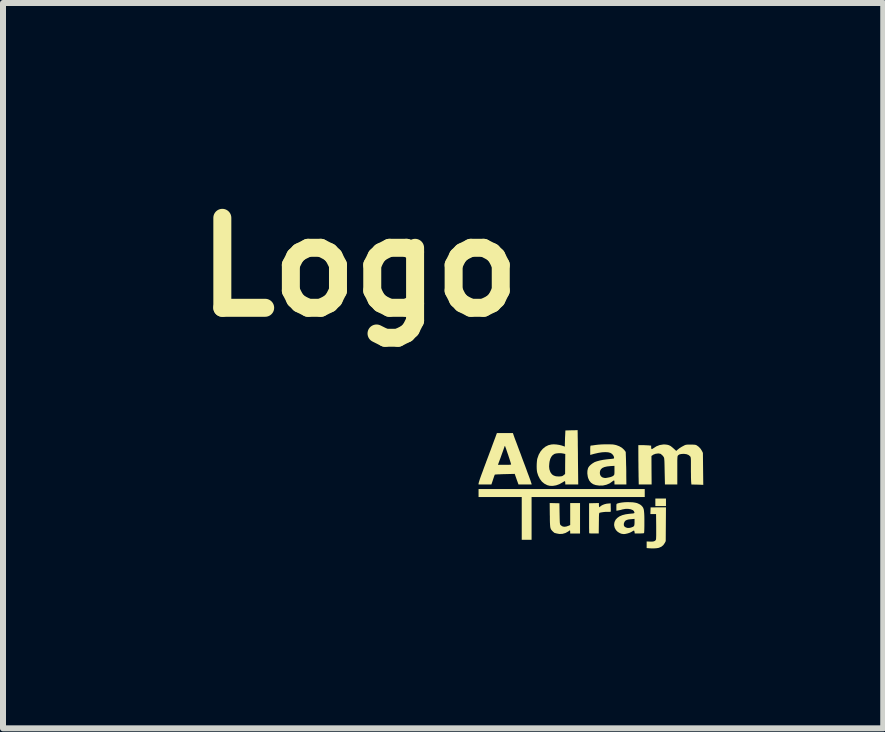
<source format=kicad_pcb>
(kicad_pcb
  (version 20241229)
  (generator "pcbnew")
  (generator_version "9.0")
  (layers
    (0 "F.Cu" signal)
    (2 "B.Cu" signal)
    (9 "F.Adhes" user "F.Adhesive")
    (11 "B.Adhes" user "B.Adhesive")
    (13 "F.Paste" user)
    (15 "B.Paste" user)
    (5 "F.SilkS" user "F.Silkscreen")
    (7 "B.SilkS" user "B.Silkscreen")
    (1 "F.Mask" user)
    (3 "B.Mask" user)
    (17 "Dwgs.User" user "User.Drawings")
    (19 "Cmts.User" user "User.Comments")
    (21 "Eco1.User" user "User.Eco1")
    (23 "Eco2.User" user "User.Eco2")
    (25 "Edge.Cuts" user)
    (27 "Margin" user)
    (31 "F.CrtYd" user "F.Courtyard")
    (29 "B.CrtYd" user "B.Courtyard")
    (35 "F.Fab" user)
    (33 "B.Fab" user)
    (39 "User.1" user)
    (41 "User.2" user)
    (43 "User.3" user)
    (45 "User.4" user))
  (footprint "Logo"
    (layer "F.Cu")
    (at 6.805 5.098)
    (property "Reference" "Logo" (at -3.862 -3.694 0) (layer "F.SilkS") (effects (font (size 1.5 1.5) (thickness 0.3))))
    (attr board_only exclude_from_pos_files exclude_from_bom)
    (fp_poly (pts (xy 1.25 0.228) (xy 1.25 0.291) (xy 1.161 0.291) (xy 1.073 0.291) (xy 1.073 0.228) (xy 1.073 0.165) (xy 1.161 0.165) (xy 1.25 0.165)) (stroke (width 0) (type solid)) (fill yes) (layer "F.SilkS"))
    (fp_poly (pts (xy 0.896 0.073) (xy 0.896 0.14) (xy -0.047 0.14) (xy -0.991 0.14) (xy -0.991 0.496) (xy -0.991 0.853) (xy -1.073 0.853) (xy -1.155 0.853) (xy -1.155 0.496) (xy -1.155 0.14) (xy -1.515 0.14) (xy -1.875 0.14) (xy -1.875 0.073) (xy -1.875 0.007) (xy -0.489 0.007) (xy 0.896 0.007)) (stroke (width 0) (type solid)) (fill yes) (layer "F.SilkS"))
    (fp_poly (pts (xy 1.248 0.593) (xy 1.246 0.875) (xy 1.231 0.905) (xy 1.207 0.94) (xy 1.174 0.968) (xy 1.133 0.986) (xy 1.126 0.988) (xy 1.098 0.993) (xy 1.062 0.996) (xy 1.02 0.997) (xy 0.978 0.995) (xy 0.951 0.993) (xy 0.928 0.991) (xy 0.928 0.936) (xy 0.928 0.881) (xy 0.984 0.883) (xy 1.022 0.883) (xy 1.049 0.879) (xy 1.068 0.87) (xy 1.08 0.856) (xy 1.084 0.845) (xy 1.085 0.834) (xy 1.086 0.811) (xy 1.087 0.78) (xy 1.087 0.741) (xy 1.087 0.697) (xy 1.087 0.648) (xy 1.087 0.624) (xy 1.085 0.424) (xy 1.038 0.424) (xy 0.99 0.424) (xy 0.992 0.368) (xy 0.994 0.313) (xy 1.122 0.312) (xy 1.25 0.312)) (stroke (width 0) (type solid)) (fill yes) (layer "F.SilkS"))
    (fp_poly (pts (xy 0.132 0.275) (xy 0.134 0.297) (xy 0.137 0.308) (xy 0.144 0.308) (xy 0.152 0.3) (xy 0.17 0.285) (xy 0.196 0.271) (xy 0.228 0.259) (xy 0.262 0.251) (xy 0.282 0.249) (xy 0.328 0.245) (xy 0.329 0.309) (xy 0.33 0.337) (xy 0.33 0.36) (xy 0.33 0.376) (xy 0.331 0.381) (xy 0.327 0.385) (xy 0.315 0.387) (xy 0.293 0.387) (xy 0.284 0.387) (xy 0.246 0.387) (xy 0.205 0.391) (xy 0.167 0.397) (xy 0.144 0.402) (xy 0.14 0.404) (xy 0.138 0.408) (xy 0.136 0.417) (xy 0.134 0.43) (xy 0.133 0.451) (xy 0.132 0.479) (xy 0.132 0.517) (xy 0.131 0.567) (xy 0.131 0.576) (xy 0.129 0.747) (xy 0.051 0.748) (xy 0.021 0.748) (xy -0.004 0.747) (xy -0.022 0.746) (xy -0.029 0.744) (xy -0.029 0.744) (xy -0.03 0.737) (xy -0.031 0.718) (xy -0.031 0.69) (xy -0.032 0.653) (xy -0.032 0.609) (xy -0.032 0.56) (xy -0.032 0.506) (xy -0.032 0.491) (xy -0.032 0.244) (xy 0.05 0.242) (xy 0.132 0.24)) (stroke (width 0) (type solid)) (fill yes) (layer "F.SilkS"))
    (fp_poly (pts (xy -0.608 0.242) (xy -0.527 0.244) (xy -0.524 0.418) (xy -0.523 0.47) (xy -0.522 0.51) (xy -0.521 0.541) (xy -0.52 0.564) (xy -0.518 0.58) (xy -0.516 0.591) (xy -0.514 0.598) (xy -0.51 0.604) (xy -0.506 0.609) (xy -0.506 0.609) (xy -0.48 0.628) (xy -0.449 0.636) (xy -0.412 0.632) (xy -0.374 0.619) (xy -0.347 0.607) (xy -0.347 0.424) (xy -0.347 0.241) (xy -0.265 0.241) (xy -0.183 0.241) (xy -0.183 0.495) (xy -0.183 0.749) (xy -0.265 0.749) (xy -0.347 0.749) (xy -0.347 0.722) (xy -0.348 0.705) (xy -0.35 0.696) (xy -0.35 0.695) (xy -0.357 0.698) (xy -0.37 0.707) (xy -0.379 0.714) (xy -0.426 0.74) (xy -0.476 0.754) (xy -0.527 0.756) (xy -0.571 0.748) (xy -0.59 0.743) (xy -0.603 0.74) (xy -0.607 0.739) (xy -0.613 0.735) (xy -0.625 0.725) (xy -0.637 0.714) (xy -0.649 0.702) (xy -0.659 0.69) (xy -0.667 0.679) (xy -0.673 0.665) (xy -0.678 0.648) (xy -0.681 0.626) (xy -0.683 0.598) (xy -0.685 0.562) (xy -0.686 0.516) (xy -0.686 0.46) (xy -0.687 0.441) (xy -0.689 0.24)) (stroke (width 0) (type solid)) (fill yes) (layer "F.SilkS"))
    (fp_poly (pts (xy -0.223 -0.975) (xy -0.223 -0.969) (xy -0.223 -0.951) (xy -0.222 -0.922) (xy -0.222 -0.884) (xy -0.221 -0.837) (xy -0.22 -0.783) (xy -0.22 -0.722) (xy -0.219 -0.656) (xy -0.218 -0.584) (xy -0.218 -0.522) (xy -0.213 -0.069) (xy -0.321 -0.069) (xy -0.429 -0.069) (xy -0.429 -0.097) (xy -0.431 -0.114) (xy -0.434 -0.124) (xy -0.436 -0.126) (xy -0.444 -0.122) (xy -0.459 -0.114) (xy -0.475 -0.104) (xy -0.528 -0.074) (xy -0.582 -0.055) (xy -0.636 -0.046) (xy -0.687 -0.047) (xy -0.73 -0.058) (xy -0.778 -0.083) (xy -0.819 -0.117) (xy -0.852 -0.161) (xy -0.88 -0.216) (xy -0.897 -0.268) (xy -0.902 -0.294) (xy -0.905 -0.33) (xy -0.906 -0.369) (xy -0.699 -0.369) (xy -0.694 -0.323) (xy -0.68 -0.282) (xy -0.672 -0.266) (xy -0.65 -0.237) (xy -0.621 -0.218) (xy -0.585 -0.206) (xy -0.541 -0.203) (xy -0.529 -0.203) (xy -0.502 -0.205) (xy -0.484 -0.208) (xy -0.471 -0.214) (xy -0.457 -0.224) (xy -0.456 -0.225) (xy -0.432 -0.244) (xy -0.431 -0.411) (xy -0.429 -0.578) (xy -0.467 -0.586) (xy -0.501 -0.591) (xy -0.538 -0.591) (xy -0.572 -0.588) (xy -0.601 -0.582) (xy -0.612 -0.577) (xy -0.64 -0.558) (xy -0.662 -0.531) (xy -0.679 -0.497) (xy -0.691 -0.452) (xy -0.695 -0.423) (xy -0.699 -0.369) (xy -0.906 -0.369) (xy -0.906 -0.371) (xy -0.905 -0.413) (xy -0.902 -0.454) (xy -0.898 -0.488) (xy -0.894 -0.504) (xy -0.872 -0.566) (xy -0.842 -0.619) (xy -0.804 -0.664) (xy -0.761 -0.699) (xy -0.712 -0.724) (xy -0.662 -0.736) (xy -0.622 -0.739) (xy -0.576 -0.736) (xy -0.529 -0.729) (xy -0.485 -0.718) (xy -0.48 -0.716) (xy -0.436 -0.701) (xy -0.436 -0.75) (xy -0.435 -0.776) (xy -0.434 -0.81) (xy -0.433 -0.847) (xy -0.431 -0.884) (xy -0.427 -0.97) (xy -0.326 -0.973) (xy -0.291 -0.973) (xy -0.262 -0.974) (xy -0.239 -0.975) (xy -0.226 -0.975)) (stroke (width 0) (type solid)) (fill yes) (layer "F.SilkS"))
    (fp_poly (pts (xy -1.296 -0.907) (xy -1.294 -0.902) (xy -1.292 -0.897) (xy -1.29 -0.89) (xy -1.287 -0.882) (xy -1.283 -0.871) (xy -1.278 -0.856) (xy -1.271 -0.837) (xy -1.262 -0.813) (xy -1.25 -0.782) (xy -1.236 -0.745) (xy -1.219 -0.699) (xy -1.199 -0.645) (xy -1.175 -0.582) (xy -1.148 -0.508) (xy -1.124 -0.444) (xy -1.1 -0.381) (xy -1.078 -0.322) (xy -1.058 -0.266) (xy -1.039 -0.216) (xy -1.023 -0.173) (xy -1.01 -0.137) (xy -1.001 -0.109) (xy -0.995 -0.092) (xy -0.993 -0.086) (xy -0.989 -0.069) (xy -1.099 -0.069) (xy -1.209 -0.069) (xy -1.241 -0.157) (xy -1.272 -0.246) (xy -1.436 -0.242) (xy -1.48 -0.241) (xy -1.52 -0.239) (xy -1.554 -0.238) (xy -1.581 -0.236) (xy -1.598 -0.235) (xy -1.604 -0.234) (xy -1.607 -0.226) (xy -1.614 -0.21) (xy -1.622 -0.185) (xy -1.632 -0.156) (xy -1.634 -0.149) (xy -1.661 -0.069) (xy -1.768 -0.069) (xy -1.875 -0.069) (xy -1.875 -0.087) (xy -1.872 -0.098) (xy -1.866 -0.119) (xy -1.857 -0.148) (xy -1.845 -0.183) (xy -1.831 -0.222) (xy -1.823 -0.244) (xy -1.807 -0.286) (xy -1.792 -0.328) (xy -1.778 -0.366) (xy -1.766 -0.397) (xy -1.552 -0.397) (xy -1.442 -0.397) (xy -1.396 -0.397) (xy -1.363 -0.398) (xy -1.341 -0.4) (xy -1.332 -0.403) (xy -1.332 -0.404) (xy -1.334 -0.412) (xy -1.339 -0.43) (xy -1.347 -0.456) (xy -1.357 -0.488) (xy -1.369 -0.524) (xy -1.381 -0.561) (xy -1.394 -0.598) (xy -1.406 -0.633) (xy -1.416 -0.664) (xy -1.425 -0.688) (xy -1.431 -0.704) (xy -1.433 -0.709) (xy -1.439 -0.712) (xy -1.439 -0.711) (xy -1.441 -0.704) (xy -1.447 -0.688) (xy -1.455 -0.665) (xy -1.462 -0.645) (xy -1.473 -0.614) (xy -1.485 -0.581) (xy -1.495 -0.553) (xy -1.499 -0.542) (xy -1.508 -0.516) (xy -1.52 -0.484) (xy -1.531 -0.453) (xy -1.533 -0.449) (xy -1.552 -0.397) (xy -1.766 -0.397) (xy -1.766 -0.398) (xy -1.757 -0.422) (xy -1.754 -0.428) (xy -1.748 -0.447) (xy -1.737 -0.475) (xy -1.724 -0.51) (xy -1.708 -0.552) (xy -1.691 -0.598) (xy -1.673 -0.645) (xy -1.669 -0.656) (xy -1.652 -0.703) (xy -1.635 -0.749) (xy -1.619 -0.792) (xy -1.605 -0.829) (xy -1.594 -0.858) (xy -1.587 -0.878) (xy -1.586 -0.881) (xy -1.569 -0.927) (xy -1.436 -0.927) (xy -1.302 -0.927)) (stroke (width 0) (type solid)) (fill yes) (layer "F.SilkS"))
    (fp_poly (pts (xy 0.653 0.226) (xy 0.698 0.228) (xy 0.737 0.234) (xy 0.768 0.241) (xy 0.774 0.244) (xy 0.799 0.255) (xy 0.816 0.264) (xy 0.828 0.272) (xy 0.84 0.282) (xy 0.848 0.29) (xy 0.859 0.303) (xy 0.868 0.316) (xy 0.875 0.333) (xy 0.881 0.353) (xy 0.884 0.378) (xy 0.887 0.41) (xy 0.889 0.451) (xy 0.89 0.501) (xy 0.89 0.562) (xy 0.89 0.563) (xy 0.89 0.624) (xy 0.889 0.672) (xy 0.888 0.708) (xy 0.886 0.731) (xy 0.884 0.742) (xy 0.883 0.742) (xy 0.875 0.744) (xy 0.856 0.746) (xy 0.83 0.747) (xy 0.803 0.747) (xy 0.729 0.747) (xy 0.726 0.723) (xy 0.722 0.707) (xy 0.718 0.699) (xy 0.716 0.698) (xy 0.708 0.702) (xy 0.693 0.71) (xy 0.684 0.716) (xy 0.652 0.733) (xy 0.614 0.746) (xy 0.575 0.755) (xy 0.546 0.758) (xy 0.51 0.753) (xy 0.483 0.743) (xy 0.446 0.721) (xy 0.417 0.692) (xy 0.398 0.658) (xy 0.394 0.648) (xy 0.387 0.618) (xy 0.386 0.609) (xy 0.547 0.609) (xy 0.556 0.63) (xy 0.577 0.645) (xy 0.583 0.648) (xy 0.613 0.656) (xy 0.648 0.654) (xy 0.673 0.647) (xy 0.697 0.638) (xy 0.712 0.629) (xy 0.72 0.617) (xy 0.724 0.599) (xy 0.726 0.572) (xy 0.726 0.561) (xy 0.726 0.504) (xy 0.674 0.509) (xy 0.631 0.513) (xy 0.6 0.521) (xy 0.577 0.532) (xy 0.562 0.548) (xy 0.552 0.569) (xy 0.548 0.582) (xy 0.547 0.609) (xy 0.386 0.609) (xy 0.386 0.593) (xy 0.39 0.566) (xy 0.394 0.552) (xy 0.411 0.518) (xy 0.439 0.488) (xy 0.476 0.462) (xy 0.523 0.442) (xy 0.578 0.428) (xy 0.629 0.421) (xy 0.666 0.417) (xy 0.692 0.415) (xy 0.71 0.412) (xy 0.719 0.409) (xy 0.724 0.405) (xy 0.724 0.399) (xy 0.723 0.393) (xy 0.714 0.373) (xy 0.697 0.358) (xy 0.67 0.347) (xy 0.662 0.344) (xy 0.617 0.337) (xy 0.572 0.338) (xy 0.522 0.347) (xy 0.517 0.349) (xy 0.491 0.356) (xy 0.466 0.361) (xy 0.447 0.365) (xy 0.446 0.365) (xy 0.423 0.368) (xy 0.423 0.311) (xy 0.423 0.284) (xy 0.424 0.267) (xy 0.426 0.258) (xy 0.431 0.252) (xy 0.439 0.248) (xy 0.44 0.248) (xy 0.471 0.239) (xy 0.511 0.232) (xy 0.557 0.227) (xy 0.605 0.225)) (stroke (width 0) (type solid)) (fill yes) (layer "F.SilkS"))
    (fp_poly (pts (xy 0.299 -0.739) (xy 0.333 -0.738) (xy 0.36 -0.737) (xy 0.382 -0.734) (xy 0.402 -0.73) (xy 0.42 -0.726) (xy 0.471 -0.707) (xy 0.516 -0.681) (xy 0.552 -0.648) (xy 0.559 -0.639) (xy 0.579 -0.612) (xy 0.583 -0.497) (xy 0.584 -0.455) (xy 0.585 -0.404) (xy 0.587 -0.349) (xy 0.588 -0.293) (xy 0.588 -0.239) (xy 0.588 -0.225) (xy 0.59 -0.069) (xy 0.491 -0.069) (xy 0.391 -0.069) (xy 0.391 -0.103) (xy 0.39 -0.126) (xy 0.386 -0.136) (xy 0.377 -0.135) (xy 0.361 -0.124) (xy 0.356 -0.12) (xy 0.31 -0.087) (xy 0.257 -0.065) (xy 0.199 -0.052) (xy 0.137 -0.051) (xy 0.08 -0.059) (xy 0.036 -0.074) (xy -0.000334 -0.099) (xy -0.028 -0.133) (xy -0.048 -0.177) (xy -0.054 -0.201) (xy -0.061 -0.251) (xy -0.061 -0.261) (xy 0.147 -0.261) (xy 0.152 -0.231) (xy 0.166 -0.206) (xy 0.188 -0.189) (xy 0.204 -0.183) (xy 0.22 -0.18) (xy 0.231 -0.177) (xy 0.232 -0.177) (xy 0.239 -0.177) (xy 0.255 -0.179) (xy 0.277 -0.183) (xy 0.279 -0.183) (xy 0.322 -0.192) (xy 0.355 -0.204) (xy 0.377 -0.219) (xy 0.379 -0.22) (xy 0.384 -0.227) (xy 0.388 -0.236) (xy 0.39 -0.25) (xy 0.391 -0.272) (xy 0.391 -0.303) (xy 0.391 -0.306) (xy 0.391 -0.38) (xy 0.326 -0.376) (xy 0.269 -0.37) (xy 0.224 -0.36) (xy 0.19 -0.345) (xy 0.166 -0.324) (xy 0.152 -0.298) (xy 0.151 -0.295) (xy 0.147 -0.261) (xy -0.061 -0.261) (xy -0.06 -0.297) (xy -0.051 -0.336) (xy -0.045 -0.351) (xy -0.029 -0.374) (xy -0.005 -0.398) (xy 0.025 -0.421) (xy 0.055 -0.439) (xy 0.062 -0.443) (xy 0.099 -0.456) (xy 0.146 -0.469) (xy 0.201 -0.48) (xy 0.259 -0.488) (xy 0.295 -0.492) (xy 0.331 -0.495) (xy 0.355 -0.498) (xy 0.371 -0.5) (xy 0.38 -0.503) (xy 0.384 -0.507) (xy 0.385 -0.512) (xy 0.385 -0.515) (xy 0.379 -0.54) (xy 0.364 -0.565) (xy 0.341 -0.586) (xy 0.323 -0.596) (xy 0.286 -0.606) (xy 0.24 -0.609) (xy 0.184 -0.606) (xy 0.121 -0.596) (xy 0.051 -0.58) (xy 0.041 -0.577) (xy -0.013 -0.562) (xy -0.013 -0.64) (xy -0.013 -0.673) (xy -0.012 -0.695) (xy -0.01 -0.708) (xy -0.008 -0.715) (xy -0.004 -0.718) (xy -0.002 -0.718) (xy 0.009 -0.719) (xy 0.029 -0.721) (xy 0.055 -0.725) (xy 0.076 -0.728) (xy 0.119 -0.733) (xy 0.173 -0.737) (xy 0.233 -0.739) (xy 0.256 -0.739)) (stroke (width 0) (type solid)) (fill yes) (layer "F.SilkS"))
    (fp_poly (pts (xy 1.236 -0.736) (xy 1.271 -0.732) (xy 1.3 -0.724) (xy 1.328 -0.71) (xy 1.357 -0.687) (xy 1.38 -0.667) (xy 1.421 -0.629) (xy 1.441 -0.647) (xy 1.472 -0.672) (xy 1.513 -0.698) (xy 1.547 -0.716) (xy 1.562 -0.724) (xy 1.575 -0.729) (xy 1.59 -0.732) (xy 1.609 -0.734) (xy 1.636 -0.734) (xy 1.66 -0.734) (xy 1.694 -0.734) (xy 1.719 -0.733) (xy 1.736 -0.731) (xy 1.75 -0.728) (xy 1.762 -0.722) (xy 1.764 -0.721) (xy 1.797 -0.697) (xy 1.828 -0.664) (xy 1.851 -0.627) (xy 1.866 -0.596) (xy 1.869 -0.329) (xy 1.872 -0.062) (xy 1.859 -0.064) (xy 1.848 -0.064) (xy 1.827 -0.065) (xy 1.799 -0.066) (xy 1.767 -0.067) (xy 1.76 -0.067) (xy 1.674 -0.069) (xy 1.67 -0.112) (xy 1.669 -0.129) (xy 1.668 -0.157) (xy 1.667 -0.193) (xy 1.667 -0.236) (xy 1.666 -0.283) (xy 1.666 -0.332) (xy 1.666 -0.338) (xy 1.666 -0.391) (xy 1.666 -0.433) (xy 1.666 -0.465) (xy 1.665 -0.489) (xy 1.664 -0.506) (xy 1.662 -0.518) (xy 1.66 -0.527) (xy 1.657 -0.533) (xy 1.653 -0.538) (xy 1.652 -0.539) (xy 1.628 -0.56) (xy 1.594 -0.574) (xy 1.551 -0.58) (xy 1.54 -0.58) (xy 1.502 -0.577) (xy 1.473 -0.57) (xy 1.453 -0.556) (xy 1.447 -0.548) (xy 1.444 -0.543) (xy 1.443 -0.533) (xy 1.441 -0.518) (xy 1.44 -0.496) (xy 1.439 -0.467) (xy 1.439 -0.428) (xy 1.439 -0.38) (xy 1.439 -0.32) (xy 1.439 -0.302) (xy 1.439 -0.069) (xy 1.336 -0.069) (xy 1.233 -0.069) (xy 1.228 -0.287) (xy 1.227 -0.346) (xy 1.226 -0.393) (xy 1.225 -0.431) (xy 1.224 -0.46) (xy 1.222 -0.482) (xy 1.221 -0.498) (xy 1.219 -0.51) (xy 1.216 -0.519) (xy 1.213 -0.526) (xy 1.21 -0.53) (xy 1.199 -0.546) (xy 1.188 -0.557) (xy 1.185 -0.558) (xy 1.176 -0.565) (xy 1.174 -0.57) (xy 1.168 -0.577) (xy 1.152 -0.582) (xy 1.13 -0.586) (xy 1.115 -0.586) (xy 1.077 -0.581) (xy 1.04 -0.567) (xy 1.029 -0.559) (xy 1.008 -0.545) (xy 1.009 -0.307) (xy 1.011 -0.069) (xy 0.903 -0.069) (xy 0.796 -0.069) (xy 0.794 -0.174) (xy 0.793 -0.207) (xy 0.793 -0.25) (xy 0.792 -0.3) (xy 0.791 -0.356) (xy 0.791 -0.414) (xy 0.79 -0.473) (xy 0.79 -0.503) (xy 0.789 -0.725) (xy 0.853 -0.725) (xy 0.887 -0.725) (xy 0.921 -0.723) (xy 0.951 -0.722) (xy 0.961 -0.721) (xy 1.003 -0.717) (xy 1.003 -0.69) (xy 1.005 -0.672) (xy 1.008 -0.661) (xy 1.01 -0.659) (xy 1.018 -0.66) (xy 1.032 -0.668) (xy 1.04 -0.673) (xy 1.091 -0.706) (xy 1.146 -0.727) (xy 1.204 -0.736)) (stroke (width 0) (type solid)) (fill yes) (layer "F.SilkS")))
  (gr_rect
    (start -3 -3)
    (end 11.678 9.095)
    (stroke (width 0.1) (type default))
    (fill no)
    (layer "Edge.Cuts")))
</source>
